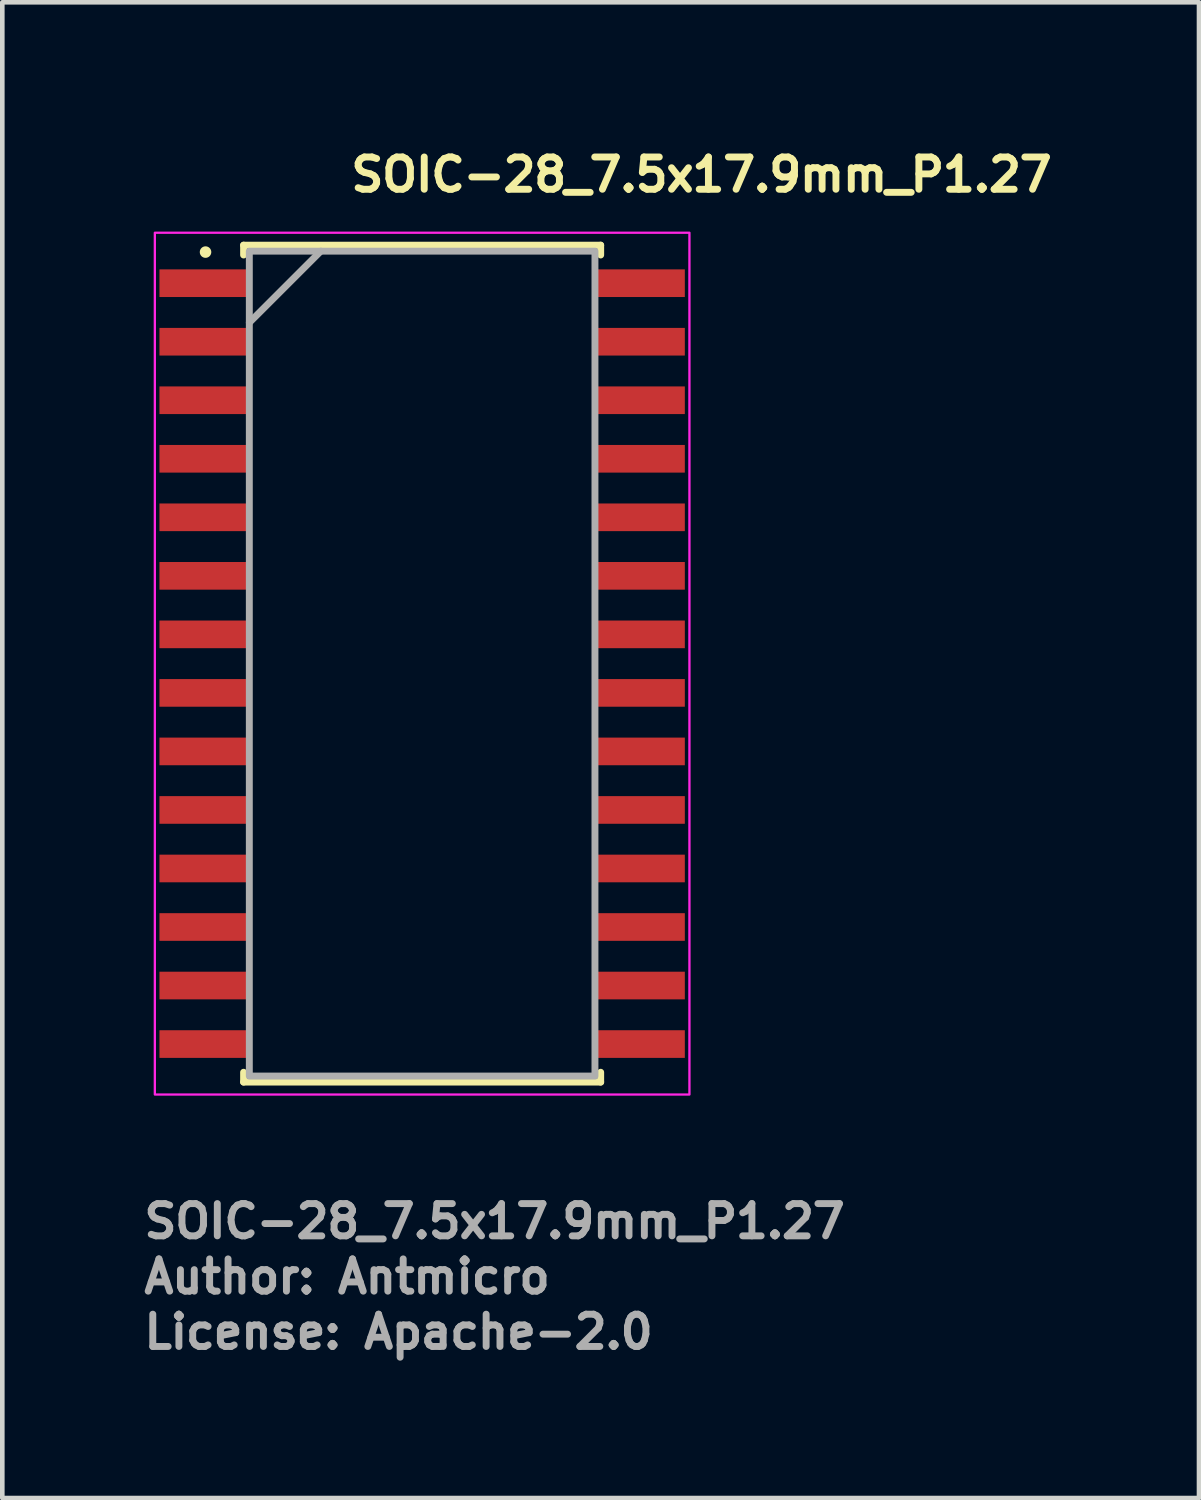
<source format=kicad_pcb>
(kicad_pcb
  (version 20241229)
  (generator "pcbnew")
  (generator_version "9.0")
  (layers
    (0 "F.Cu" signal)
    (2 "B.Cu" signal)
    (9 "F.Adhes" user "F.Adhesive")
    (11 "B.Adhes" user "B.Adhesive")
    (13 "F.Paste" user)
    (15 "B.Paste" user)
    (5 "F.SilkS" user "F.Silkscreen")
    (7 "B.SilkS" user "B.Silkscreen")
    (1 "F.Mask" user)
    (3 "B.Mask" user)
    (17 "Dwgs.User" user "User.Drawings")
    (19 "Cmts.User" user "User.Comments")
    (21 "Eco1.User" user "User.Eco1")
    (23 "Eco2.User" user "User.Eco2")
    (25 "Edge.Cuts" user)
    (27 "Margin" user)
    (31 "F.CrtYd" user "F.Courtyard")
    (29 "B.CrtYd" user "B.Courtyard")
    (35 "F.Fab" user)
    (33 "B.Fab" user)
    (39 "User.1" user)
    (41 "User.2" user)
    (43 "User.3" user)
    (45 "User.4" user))
  (footprint "SOIC-28_7.5x17.9mm_P1.27"
    (layer "F.Cu")
    (at 6.11 11.35)
    (property "Reference" "SOIC-28_7.5x17.9mm_P1.27" (at -1.62 -10.2 0) (layer "F.SilkS") (effects (font (size 0.7 0.7) (thickness 0.15)) (justify left bottom)))
    (attr smd)
    (fp_line (start -3.874 -9.08) (end -3.874 -8.867) (stroke (width 0.15) (type solid)) (layer "F.SilkS"))
    (fp_line (start -3.874 8.867) (end -3.874 9.08) (stroke (width 0.15) (type solid)) (layer "F.SilkS"))
    (fp_line (start -3.874 9.08) (end 3.874 9.08) (stroke (width 0.15) (type solid)) (layer "F.SilkS"))
    (fp_line (start 3.874 -9.08) (end -3.874 -9.08) (stroke (width 0.15) (type solid)) (layer "F.SilkS"))
    (fp_line (start 3.874 -8.867) (end 3.874 -9.08) (stroke (width 0.15) (type solid)) (layer "F.SilkS"))
    (fp_line (start 3.874 9.08) (end 3.874 8.867) (stroke (width 0.15) (type solid)) (layer "F.SilkS"))
    (fp_circle (center -4.7 -8.93) (end -4.65 -8.93) (stroke (width 0.15) (type solid)) (fill yes) (layer "F.SilkS"))
    (fp_rect (start -5.8 -9.35) (end 5.8 9.35) (stroke (width 0.05) (type solid)) (fill no) (layer "F.CrtYd"))
    (fp_line (start -3.75 -7.4) (end -2.2 -8.95) (stroke (width 0.15) (type solid)) (layer "F.Fab"))
    (fp_rect (start -3.75 -8.95) (end 3.75 8.95) (stroke (width 0.15) (type solid)) (fill no) (layer "F.Fab"))
    (fp_rect (start -5.156 -8.954) (end 5.156 8.954) (stroke (width 0.1) (type solid)) (fill no) (layer "User.5"))
    (fp_line (start -5.156 -8.509) (end -4.924 -8.509) (stroke (width 0.02) (type solid)) (layer "User.9"))
    (fp_line (start -5.156 -8.001) (end -5.156 -8.509) (stroke (width 0.02) (type solid)) (layer "User.9"))
    (fp_line (start -5.156 -7.239) (end -4.924 -7.239) (stroke (width 0.02) (type solid)) (layer "User.9"))
    (fp_line (start -5.156 -6.731) (end -5.156 -7.239) (stroke (width 0.02) (type solid)) (layer "User.9"))
    (fp_line (start -5.156 -5.969) (end -4.924 -5.969) (stroke (width 0.02) (type solid)) (layer "User.9"))
    (fp_line (start -5.156 -5.461) (end -5.156 -5.969) (stroke (width 0.02) (type solid)) (layer "User.9"))
    (fp_line (start -5.156 -4.699) (end -4.924 -4.699) (stroke (width 0.02) (type solid)) (layer "User.9"))
    (fp_line (start -5.156 -4.191) (end -5.156 -4.699) (stroke (width 0.02) (type solid)) (layer "User.9"))
    (fp_line (start -5.156 -3.429) (end -4.924 -3.429) (stroke (width 0.02) (type solid)) (layer "User.9"))
    (fp_line (start -5.156 -2.921) (end -5.156 -3.429) (stroke (width 0.02) (type solid)) (layer "User.9"))
    (fp_line (start -5.156 -2.159) (end -4.924 -2.159) (stroke (width 0.02) (type solid)) (layer "User.9"))
    (fp_line (start -5.156 -1.651) (end -5.156 -2.159) (stroke (width 0.02) (type solid)) (layer "User.9"))
    (fp_line (start -5.156 -0.889) (end -4.924 -0.889) (stroke (width 0.02) (type solid)) (layer "User.9"))
    (fp_line (start -5.156 -0.381) (end -5.156 -0.889) (stroke (width 0.02) (type solid)) (layer "User.9"))
    (fp_line (start -5.156 0.381) (end -4.924 0.381) (stroke (width 0.02) (type solid)) (layer "User.9"))
    (fp_line (start -5.156 0.889) (end -5.156 0.381) (stroke (width 0.02) (type solid)) (layer "User.9"))
    (fp_line (start -5.156 1.651) (end -4.924 1.651) (stroke (width 0.02) (type solid)) (layer "User.9"))
    (fp_line (start -5.156 2.159) (end -5.156 1.651) (stroke (width 0.02) (type solid)) (layer "User.9"))
    (fp_line (start -5.156 2.921) (end -4.924 2.921) (stroke (width 0.02) (type solid)) (layer "User.9"))
    (fp_line (start -5.156 3.429) (end -5.156 2.921) (stroke (width 0.02) (type solid)) (layer "User.9"))
    (fp_line (start -5.156 4.191) (end -4.924 4.191) (stroke (width 0.02) (type solid)) (layer "User.9"))
    (fp_line (start -5.156 4.699) (end -5.156 4.191) (stroke (width 0.02) (type solid)) (layer "User.9"))
    (fp_line (start -5.156 5.461) (end -4.924 5.461) (stroke (width 0.02) (type solid)) (layer "User.9"))
    (fp_line (start -5.156 5.969) (end -5.156 5.461) (stroke (width 0.02) (type solid)) (layer "User.9"))
    (fp_line (start -5.156 6.731) (end -4.924 6.731) (stroke (width 0.02) (type solid)) (layer "User.9"))
    (fp_line (start -5.156 7.239) (end -5.156 6.731) (stroke (width 0.02) (type solid)) (layer "User.9"))
    (fp_line (start -5.156 8.001) (end -4.924 8.001) (stroke (width 0.02) (type solid)) (layer "User.9"))
    (fp_line (start -5.156 8.509) (end -5.156 8.001) (stroke (width 0.02) (type solid)) (layer "User.9"))
    (fp_line (start -4.924 -8.509) (end -4.679 -8.509) (stroke (width 0.02) (type solid)) (layer "User.9"))
    (fp_line (start -4.924 -8.001) (end -5.156 -8.001) (stroke (width 0.02) (type solid)) (layer "User.9"))
    (fp_line (start -4.924 -7.239) (end -4.679 -7.239) (stroke (width 0.02) (type solid)) (layer "User.9"))
    (fp_line (start -4.924 -6.731) (end -5.156 -6.731) (stroke (width 0.02) (type solid)) (layer "User.9"))
    (fp_line (start -4.924 -5.969) (end -4.679 -5.969) (stroke (width 0.02) (type solid)) (layer "User.9"))
    (fp_line (start -4.924 -5.461) (end -5.156 -5.461) (stroke (width 0.02) (type solid)) (layer "User.9"))
    (fp_line (start -4.924 -4.699) (end -4.679 -4.699) (stroke (width 0.02) (type solid)) (layer "User.9"))
    (fp_line (start -4.924 -4.191) (end -5.156 -4.191) (stroke (width 0.02) (type solid)) (layer "User.9"))
    (fp_line (start -4.924 -3.429) (end -4.679 -3.429) (stroke (width 0.02) (type solid)) (layer "User.9"))
    (fp_line (start -4.924 -2.921) (end -5.156 -2.921) (stroke (width 0.02) (type solid)) (layer "User.9"))
    (fp_line (start -4.924 -2.159) (end -4.679 -2.159) (stroke (width 0.02) (type solid)) (layer "User.9"))
    (fp_line (start -4.924 -1.651) (end -5.156 -1.651) (stroke (width 0.02) (type solid)) (layer "User.9"))
    (fp_line (start -4.924 -0.889) (end -4.679 -0.889) (stroke (width 0.02) (type solid)) (layer "User.9"))
    (fp_line (start -4.924 -0.381) (end -5.156 -0.381) (stroke (width 0.02) (type solid)) (layer "User.9"))
    (fp_line (start -4.924 0.381) (end -4.679 0.381) (stroke (width 0.02) (type solid)) (layer "User.9"))
    (fp_line (start -4.924 0.889) (end -5.156 0.889) (stroke (width 0.02) (type solid)) (layer "User.9"))
    (fp_line (start -4.924 1.651) (end -4.679 1.651) (stroke (width 0.02) (type solid)) (layer "User.9"))
    (fp_line (start -4.924 2.159) (end -5.156 2.159) (stroke (width 0.02) (type solid)) (layer "User.9"))
    (fp_line (start -4.924 2.921) (end -4.679 2.921) (stroke (width 0.02) (type solid)) (layer "User.9"))
    (fp_line (start -4.924 3.429) (end -5.156 3.429) (stroke (width 0.02) (type solid)) (layer "User.9"))
    (fp_line (start -4.924 4.191) (end -4.679 4.191) (stroke (width 0.02) (type solid)) (layer "User.9"))
    (fp_line (start -4.924 4.699) (end -5.156 4.699) (stroke (width 0.02) (type solid)) (layer "User.9"))
    (fp_line (start -4.924 5.461) (end -4.679 5.461) (stroke (width 0.02) (type solid)) (layer "User.9"))
    (fp_line (start -4.924 5.969) (end -5.156 5.969) (stroke (width 0.02) (type solid)) (layer "User.9"))
    (fp_line (start -4.924 6.731) (end -4.679 6.731) (stroke (width 0.02) (type solid)) (layer "User.9"))
    (fp_line (start -4.924 7.239) (end -5.156 7.239) (stroke (width 0.02) (type solid)) (layer "User.9"))
    (fp_line (start -4.924 8.001) (end -4.679 8.001) (stroke (width 0.02) (type solid)) (layer "User.9"))
    (fp_line (start -4.924 8.509) (end -5.156 8.509) (stroke (width 0.02) (type solid)) (layer "User.9"))
    (fp_line (start -4.679 -8.509) (end -4.469 -8.509) (stroke (width 0.02) (type solid)) (layer "User.9"))
    (fp_line (start -4.679 -8.001) (end -4.924 -8.001) (stroke (width 0.02) (type solid)) (layer "User.9"))
    (fp_line (start -4.679 -7.239) (end -4.469 -7.239) (stroke (width 0.02) (type solid)) (layer "User.9"))
    (fp_line (start -4.679 -6.731) (end -4.924 -6.731) (stroke (width 0.02) (type solid)) (layer "User.9"))
    (fp_line (start -4.679 -5.969) (end -4.469 -5.969) (stroke (width 0.02) (type solid)) (layer "User.9"))
    (fp_line (start -4.679 -5.461) (end -4.924 -5.461) (stroke (width 0.02) (type solid)) (layer "User.9"))
    (fp_line (start -4.679 -4.699) (end -4.469 -4.699) (stroke (width 0.02) (type solid)) (layer "User.9"))
    (fp_line (start -4.679 -4.191) (end -4.924 -4.191) (stroke (width 0.02) (type solid)) (layer "User.9"))
    (fp_line (start -4.679 -3.429) (end -4.469 -3.429) (stroke (width 0.02) (type solid)) (layer "User.9"))
    (fp_line (start -4.679 -2.921) (end -4.924 -2.921) (stroke (width 0.02) (type solid)) (layer "User.9"))
    (fp_line (start -4.679 -2.159) (end -4.469 -2.159) (stroke (width 0.02) (type solid)) (layer "User.9"))
    (fp_line (start -4.679 -1.651) (end -4.924 -1.651) (stroke (width 0.02) (type solid)) (layer "User.9"))
    (fp_line (start -4.679 -0.889) (end -4.469 -0.889) (stroke (width 0.02) (type solid)) (layer "User.9"))
    (fp_line (start -4.679 -0.381) (end -4.924 -0.381) (stroke (width 0.02) (type solid)) (layer "User.9"))
    (fp_line (start -4.679 0.381) (end -4.469 0.381) (stroke (width 0.02) (type solid)) (layer "User.9"))
    (fp_line (start -4.679 0.889) (end -4.924 0.889) (stroke (width 0.02) (type solid)) (layer "User.9"))
    (fp_line (start -4.679 1.651) (end -4.469 1.651) (stroke (width 0.02) (type solid)) (layer "User.9"))
    (fp_line (start -4.679 2.159) (end -4.924 2.159) (stroke (width 0.02) (type solid)) (layer "User.9"))
    (fp_line (start -4.679 2.921) (end -4.469 2.921) (stroke (width 0.02) (type solid)) (layer "User.9"))
    (fp_line (start -4.679 3.429) (end -4.924 3.429) (stroke (width 0.02) (type solid)) (layer "User.9"))
    (fp_line (start -4.679 4.191) (end -4.469 4.191) (stroke (width 0.02) (type solid)) (layer "User.9"))
    (fp_line (start -4.679 4.699) (end -4.924 4.699) (stroke (width 0.02) (type solid)) (layer "User.9"))
    (fp_line (start -4.679 5.461) (end -4.469 5.461) (stroke (width 0.02) (type solid)) (layer "User.9"))
    (fp_line (start -4.679 5.969) (end -4.924 5.969) (stroke (width 0.02) (type solid)) (layer "User.9"))
    (fp_line (start -4.679 6.731) (end -4.469 6.731) (stroke (width 0.02) (type solid)) (layer "User.9"))
    (fp_line (start -4.679 7.239) (end -4.924 7.239) (stroke (width 0.02) (type solid)) (layer "User.9"))
    (fp_line (start -4.679 8.001) (end -4.469 8.001) (stroke (width 0.02) (type solid)) (layer "User.9"))
    (fp_line (start -4.679 8.509) (end -4.924 8.509) (stroke (width 0.02) (type solid)) (layer "User.9"))
    (fp_line (start -4.47 -8.509) (end -3.979 -8.509) (stroke (width 0.02) (type solid)) (layer "User.9"))
    (fp_line (start -4.47 -7.239) (end -3.979 -7.239) (stroke (width 0.02) (type solid)) (layer "User.9"))
    (fp_line (start -4.47 -5.969) (end -3.979 -5.969) (stroke (width 0.02) (type solid)) (layer "User.9"))
    (fp_line (start -4.47 -4.699) (end -3.979 -4.699) (stroke (width 0.02) (type solid)) (layer "User.9"))
    (fp_line (start -4.47 -3.429) (end -3.979 -3.429) (stroke (width 0.02) (type solid)) (layer "User.9"))
    (fp_line (start -4.47 -2.159) (end -3.979 -2.159) (stroke (width 0.02) (type solid)) (layer "User.9"))
    (fp_line (start -4.47 -0.889) (end -3.979 -0.889) (stroke (width 0.02) (type solid)) (layer "User.9"))
    (fp_line (start -4.47 0.381) (end -3.979 0.381) (stroke (width 0.02) (type solid)) (layer "User.9"))
    (fp_line (start -4.47 1.651) (end -3.979 1.651) (stroke (width 0.02) (type solid)) (layer "User.9"))
    (fp_line (start -4.47 2.921) (end -3.979 2.921) (stroke (width 0.02) (type solid)) (layer "User.9"))
    (fp_line (start -4.47 4.191) (end -3.979 4.191) (stroke (width 0.02) (type solid)) (layer "User.9"))
    (fp_line (start -4.47 5.461) (end -3.979 5.461) (stroke (width 0.02) (type solid)) (layer "User.9"))
    (fp_line (start -4.47 6.731) (end -3.979 6.731) (stroke (width 0.02) (type solid)) (layer "User.9"))
    (fp_line (start -4.47 8.001) (end -3.979 8.001) (stroke (width 0.02) (type solid)) (layer "User.9"))
    (fp_line (start -4.469 -8.001) (end -4.679 -8.001) (stroke (width 0.02) (type solid)) (layer "User.9"))
    (fp_line (start -4.469 -6.731) (end -4.679 -6.731) (stroke (width 0.02) (type solid)) (layer "User.9"))
    (fp_line (start -4.469 -5.461) (end -4.679 -5.461) (stroke (width 0.02) (type solid)) (layer "User.9"))
    (fp_line (start -4.469 -4.191) (end -4.679 -4.191) (stroke (width 0.02) (type solid)) (layer "User.9"))
    (fp_line (start -4.469 -2.921) (end -4.679 -2.921) (stroke (width 0.02) (type solid)) (layer "User.9"))
    (fp_line (start -4.469 -1.651) (end -4.679 -1.651) (stroke (width 0.02) (type solid)) (layer "User.9"))
    (fp_line (start -4.469 -0.381) (end -4.679 -0.381) (stroke (width 0.02) (type solid)) (layer "User.9"))
    (fp_line (start -4.469 0.889) (end -4.679 0.889) (stroke (width 0.02) (type solid)) (layer "User.9"))
    (fp_line (start -4.469 2.159) (end -4.679 2.159) (stroke (width 0.02) (type solid)) (layer "User.9"))
    (fp_line (start -4.469 3.429) (end -4.679 3.429) (stroke (width 0.02) (type solid)) (layer "User.9"))
    (fp_line (start -4.469 4.699) (end -4.679 4.699) (stroke (width 0.02) (type solid)) (layer "User.9"))
    (fp_line (start -4.469 5.969) (end -4.679 5.969) (stroke (width 0.02) (type solid)) (layer "User.9"))
    (fp_line (start -4.469 7.239) (end -4.679 7.239) (stroke (width 0.02) (type solid)) (layer "User.9"))
    (fp_line (start -4.469 8.509) (end -4.679 8.509) (stroke (width 0.02) (type solid)) (layer "User.9"))
    (fp_line (start -3.979 -8.509) (end -3.746 -8.509) (stroke (width 0.02) (type solid)) (layer "User.9"))
    (fp_line (start -3.979 -8.001) (end -4.47 -8.001) (stroke (width 0.02) (type solid)) (layer "User.9"))
    (fp_line (start -3.979 -7.239) (end -3.746 -7.239) (stroke (width 0.02) (type solid)) (layer "User.9"))
    (fp_line (start -3.979 -6.731) (end -4.47 -6.731) (stroke (width 0.02) (type solid)) (layer "User.9"))
    (fp_line (start -3.979 -5.969) (end -3.746 -5.969) (stroke (width 0.02) (type solid)) (layer "User.9"))
    (fp_line (start -3.979 -5.461) (end -4.47 -5.461) (stroke (width 0.02) (type solid)) (layer "User.9"))
    (fp_line (start -3.979 -4.699) (end -3.746 -4.699) (stroke (width 0.02) (type solid)) (layer "User.9"))
    (fp_line (start -3.979 -4.191) (end -4.47 -4.191) (stroke (width 0.02) (type solid)) (layer "User.9"))
    (fp_line (start -3.979 -3.429) (end -3.746 -3.429) (stroke (width 0.02) (type solid)) (layer "User.9"))
    (fp_line (start -3.979 -2.921) (end -4.47 -2.921) (stroke (width 0.02) (type solid)) (layer "User.9"))
    (fp_line (start -3.979 -2.159) (end -3.746 -2.159) (stroke (width 0.02) (type solid)) (layer "User.9"))
    (fp_line (start -3.979 -1.651) (end -4.47 -1.651) (stroke (width 0.02) (type solid)) (layer "User.9"))
    (fp_line (start -3.979 -0.889) (end -3.746 -0.889) (stroke (width 0.02) (type solid)) (layer "User.9"))
    (fp_line (start -3.979 -0.381) (end -4.47 -0.381) (stroke (width 0.02) (type solid)) (layer "User.9"))
    (fp_line (start -3.979 0.381) (end -3.746 0.381) (stroke (width 0.02) (type solid)) (layer "User.9"))
    (fp_line (start -3.979 0.889) (end -4.47 0.889) (stroke (width 0.02) (type solid)) (layer "User.9"))
    (fp_line (start -3.979 1.651) (end -3.746 1.651) (stroke (width 0.02) (type solid)) (layer "User.9"))
    (fp_line (start -3.979 2.159) (end -4.47 2.159) (stroke (width 0.02) (type solid)) (layer "User.9"))
    (fp_line (start -3.979 2.921) (end -3.746 2.921) (stroke (width 0.02) (type solid)) (layer "User.9"))
    (fp_line (start -3.979 3.429) (end -4.47 3.429) (stroke (width 0.02) (type solid)) (layer "User.9"))
    (fp_line (start -3.979 4.191) (end -3.746 4.191) (stroke (width 0.02) (type solid)) (layer "User.9"))
    (fp_line (start -3.979 4.699) (end -4.47 4.699) (stroke (width 0.02) (type solid)) (layer "User.9"))
    (fp_line (start -3.979 5.461) (end -3.746 5.461) (stroke (width 0.02) (type solid)) (layer "User.9"))
    (fp_line (start -3.979 5.969) (end -4.47 5.969) (stroke (width 0.02) (type solid)) (layer "User.9"))
    (fp_line (start -3.979 6.731) (end -3.746 6.731) (stroke (width 0.02) (type solid)) (layer "User.9"))
    (fp_line (start -3.979 7.239) (end -4.47 7.239) (stroke (width 0.02) (type solid)) (layer "User.9"))
    (fp_line (start -3.979 8.001) (end -3.746 8.001) (stroke (width 0.02) (type solid)) (layer "User.9"))
    (fp_line (start -3.979 8.509) (end -4.47 8.509) (stroke (width 0.02) (type solid)) (layer "User.9"))
    (fp_line (start -3.747 -8.001) (end -3.979 -8.001) (stroke (width 0.02) (type solid)) (layer "User.9"))
    (fp_line (start -3.747 -8.001) (end -3.747 -8.509) (stroke (width 0.02) (type solid)) (layer "User.9"))
    (fp_line (start -3.747 -6.731) (end -3.979 -6.731) (stroke (width 0.02) (type solid)) (layer "User.9"))
    (fp_line (start -3.747 -6.731) (end -3.747 -7.239) (stroke (width 0.02) (type solid)) (layer "User.9"))
    (fp_line (start -3.747 -5.461) (end -3.979 -5.461) (stroke (width 0.02) (type solid)) (layer "User.9"))
    (fp_line (start -3.747 -5.461) (end -3.747 -5.969) (stroke (width 0.02) (type solid)) (layer "User.9"))
    (fp_line (start -3.747 -4.191) (end -3.979 -4.191) (stroke (width 0.02) (type solid)) (layer "User.9"))
    (fp_line (start -3.747 -4.191) (end -3.747 -4.699) (stroke (width 0.02) (type solid)) (layer "User.9"))
    (fp_line (start -3.747 -2.921) (end -3.979 -2.921) (stroke (width 0.02) (type solid)) (layer "User.9"))
    (fp_line (start -3.747 -2.921) (end -3.747 -3.429) (stroke (width 0.02) (type solid)) (layer "User.9"))
    (fp_line (start -3.747 -1.651) (end -3.979 -1.651) (stroke (width 0.02) (type solid)) (layer "User.9"))
    (fp_line (start -3.747 -1.651) (end -3.747 -2.159) (stroke (width 0.02) (type solid)) (layer "User.9"))
    (fp_line (start -3.747 -0.381) (end -3.979 -0.381) (stroke (width 0.02) (type solid)) (layer "User.9"))
    (fp_line (start -3.747 -0.381) (end -3.747 -0.889) (stroke (width 0.02) (type solid)) (layer "User.9"))
    (fp_line (start -3.747 0.889) (end -3.979 0.889) (stroke (width 0.02) (type solid)) (layer "User.9"))
    (fp_line (start -3.747 0.889) (end -3.747 0.381) (stroke (width 0.02) (type solid)) (layer "User.9"))
    (fp_line (start -3.747 2.159) (end -3.979 2.159) (stroke (width 0.02) (type solid)) (layer "User.9"))
    (fp_line (start -3.747 2.159) (end -3.747 1.651) (stroke (width 0.02) (type solid)) (layer "User.9"))
    (fp_line (start -3.747 3.429) (end -3.979 3.429) (stroke (width 0.02) (type solid)) (layer "User.9"))
    (fp_line (start -3.747 3.429) (end -3.747 2.921) (stroke (width 0.02) (type solid)) (layer "User.9"))
    (fp_line (start -3.747 4.699) (end -3.979 4.699) (stroke (width 0.02) (type solid)) (layer "User.9"))
    (fp_line (start -3.747 4.699) (end -3.747 4.191) (stroke (width 0.02) (type solid)) (layer "User.9"))
    (fp_line (start -3.747 5.969) (end -3.979 5.969) (stroke (width 0.02) (type solid)) (layer "User.9"))
    (fp_line (start -3.747 5.969) (end -3.747 5.461) (stroke (width 0.02) (type solid)) (layer "User.9"))
    (fp_line (start -3.747 7.239) (end -3.979 7.239) (stroke (width 0.02) (type solid)) (layer "User.9"))
    (fp_line (start -3.747 7.239) (end -3.747 6.731) (stroke (width 0.02) (type solid)) (layer "User.9"))
    (fp_line (start -3.747 8.509) (end -3.979 8.509) (stroke (width 0.02) (type solid)) (layer "User.9"))
    (fp_line (start -3.747 8.509) (end -3.747 8.001) (stroke (width 0.02) (type solid)) (layer "User.9"))
    (fp_line (start -3.746 -8.954) (end 3.746 -8.954) (stroke (width 0.02) (type solid)) (layer "User.9"))
    (fp_line (start -3.746 8.954) (end -3.746 -8.954) (stroke (width 0.02) (type solid)) (layer "User.9"))
    (fp_line (start -3.746 8.954) (end -3.39 8.878) (stroke (width 0.02) (type solid)) (layer "User.9"))
    (fp_line (start -3.391 -8.877) (end -3.747 -8.953) (stroke (width 0.02) (type solid)) (layer "User.9"))
    (fp_line (start -3.391 -8.877) (end 3.391 -8.877) (stroke (width 0.02) (type solid)) (layer "User.9"))
    (fp_line (start -3.391 8.877) (end -3.391 -8.877) (stroke (width 0.02) (type solid)) (layer "User.9"))
    (fp_line (start -2.744 -7.628) (end -2.744 -7.618) (stroke (width 0.02) (type solid)) (layer "User.9"))
    (fp_line (start -2.744 -7.618) (end -2.744 -7.618) (stroke (width 0.02) (type solid)) (layer "User.9"))
    (fp_line (start -2.744 -7.618) (end -2.744 -7.608) (stroke (width 0.02) (type solid)) (layer "User.9"))
    (fp_line (start -2.744 -7.608) (end -2.743 -7.599) (stroke (width 0.02) (type solid)) (layer "User.9"))
    (fp_line (start -2.743 -7.637) (end -2.744 -7.628) (stroke (width 0.02) (type solid)) (layer "User.9"))
    (fp_line (start -2.743 -7.599) (end -2.742 -7.589) (stroke (width 0.02) (type solid)) (layer "User.9"))
    (fp_line (start -2.742 -7.647) (end -2.743 -7.637) (stroke (width 0.02) (type solid)) (layer "User.9"))
    (fp_line (start -2.742 -7.589) (end -2.741 -7.58) (stroke (width 0.02) (type solid)) (layer "User.9"))
    (fp_line (start -2.741 -7.656) (end -2.742 -7.647) (stroke (width 0.02) (type solid)) (layer "User.9"))
    (fp_line (start -2.741 -7.58) (end -2.738 -7.571) (stroke (width 0.02) (type solid)) (layer "User.9"))
    (fp_line (start -2.738 -7.665) (end -2.741 -7.656) (stroke (width 0.02) (type solid)) (layer "User.9"))
    (fp_line (start -2.738 -7.571) (end -2.736 -7.562) (stroke (width 0.02) (type solid)) (layer "User.9"))
    (fp_line (start -2.736 -7.674) (end -2.738 -7.665) (stroke (width 0.02) (type solid)) (layer "User.9"))
    (fp_line (start -2.736 -7.562) (end -2.733 -7.554) (stroke (width 0.02) (type solid)) (layer "User.9"))
    (fp_line (start -2.733 -7.682) (end -2.736 -7.674) (stroke (width 0.02) (type solid)) (layer "User.9"))
    (fp_line (start -2.733 -7.554) (end -2.73 -7.545) (stroke (width 0.02) (type solid)) (layer "User.9"))
    (fp_line (start -2.73 -7.691) (end -2.733 -7.682) (stroke (width 0.02) (type solid)) (layer "User.9"))
    (fp_line (start -2.73 -7.545) (end -2.726 -7.537) (stroke (width 0.02) (type solid)) (layer "User.9"))
    (fp_line (start -2.726 -7.699) (end -2.73 -7.691) (stroke (width 0.02) (type solid)) (layer "User.9"))
    (fp_line (start -2.726 -7.537) (end -2.722 -7.529) (stroke (width 0.02) (type solid)) (layer "User.9"))
    (fp_line (start -2.722 -7.707) (end -2.726 -7.699) (stroke (width 0.02) (type solid)) (layer "User.9"))
    (fp_line (start -2.722 -7.529) (end -2.717 -7.521) (stroke (width 0.02) (type solid)) (layer "User.9"))
    (fp_line (start -2.717 -7.715) (end -2.722 -7.707) (stroke (width 0.02) (type solid)) (layer "User.9"))
    (fp_line (start -2.717 -7.521) (end -2.712 -7.513) (stroke (width 0.02) (type solid)) (layer "User.9"))
    (fp_line (start -2.712 -7.723) (end -2.717 -7.715) (stroke (width 0.02) (type solid)) (layer "User.9"))
    (fp_line (start -2.712 -7.513) (end -2.707 -7.506) (stroke (width 0.02) (type solid)) (layer "User.9"))
    (fp_line (start -2.707 -7.73) (end -2.712 -7.723) (stroke (width 0.02) (type solid)) (layer "User.9"))
    (fp_line (start -2.707 -7.506) (end -2.702 -7.499) (stroke (width 0.02) (type solid)) (layer "User.9"))
    (fp_line (start -2.702 -7.737) (end -2.707 -7.73) (stroke (width 0.02) (type solid)) (layer "User.9"))
    (fp_line (start -2.702 -7.499) (end -2.696 -7.492) (stroke (width 0.02) (type solid)) (layer "User.9"))
    (fp_line (start -2.696 -7.744) (end -2.702 -7.737) (stroke (width 0.02) (type solid)) (layer "User.9"))
    (fp_line (start -2.696 -7.492) (end -2.689 -7.486) (stroke (width 0.02) (type solid)) (layer "User.9"))
    (fp_line (start -2.689 -7.75) (end -2.696 -7.744) (stroke (width 0.02) (type solid)) (layer "User.9"))
    (fp_line (start -2.689 -7.486) (end -2.683 -7.479) (stroke (width 0.02) (type solid)) (layer "User.9"))
    (fp_line (start -2.683 -7.757) (end -2.689 -7.75) (stroke (width 0.02) (type solid)) (layer "User.9"))
    (fp_line (start -2.683 -7.479) (end -2.676 -7.473) (stroke (width 0.02) (type solid)) (layer "User.9"))
    (fp_line (start -2.676 -7.763) (end -2.683 -7.757) (stroke (width 0.02) (type solid)) (layer "User.9"))
    (fp_line (start -2.676 -7.473) (end -2.669 -7.468) (stroke (width 0.02) (type solid)) (layer "User.9"))
    (fp_line (start -2.669 -7.768) (end -2.676 -7.763) (stroke (width 0.02) (type solid)) (layer "User.9"))
    (fp_line (start -2.669 -7.468) (end -2.662 -7.463) (stroke (width 0.02) (type solid)) (layer "User.9"))
    (fp_line (start -2.662 -7.773) (end -2.669 -7.768) (stroke (width 0.02) (type solid)) (layer "User.9"))
    (fp_line (start -2.662 -7.463) (end -2.654 -7.458) (stroke (width 0.02) (type solid)) (layer "User.9"))
    (fp_line (start -2.654 -7.778) (end -2.662 -7.773) (stroke (width 0.02) (type solid)) (layer "User.9"))
    (fp_line (start -2.654 -7.458) (end -2.646 -7.453) (stroke (width 0.02) (type solid)) (layer "User.9"))
    (fp_line (start -2.646 -7.783) (end -2.654 -7.778) (stroke (width 0.02) (type solid)) (layer "User.9"))
    (fp_line (start -2.646 -7.453) (end -2.638 -7.449) (stroke (width 0.02) (type solid)) (layer "User.9"))
    (fp_line (start -2.638 -7.787) (end -2.646 -7.783) (stroke (width 0.02) (type solid)) (layer "User.9"))
    (fp_line (start -2.638 -7.449) (end -2.63 -7.445) (stroke (width 0.02) (type solid)) (layer "User.9"))
    (fp_line (start -2.63 -7.791) (end -2.638 -7.787) (stroke (width 0.02) (type solid)) (layer "User.9"))
    (fp_line (start -2.63 -7.445) (end -2.621 -7.442) (stroke (width 0.02) (type solid)) (layer "User.9"))
    (fp_line (start -2.621 -7.794) (end -2.63 -7.791) (stroke (width 0.02) (type solid)) (layer "User.9"))
    (fp_line (start -2.621 -7.442) (end -2.613 -7.439) (stroke (width 0.02) (type solid)) (layer "User.9"))
    (fp_line (start -2.613 -7.797) (end -2.621 -7.794) (stroke (width 0.02) (type solid)) (layer "User.9"))
    (fp_line (start -2.613 -7.439) (end -2.604 -7.437) (stroke (width 0.02) (type solid)) (layer "User.9"))
    (fp_line (start -2.604 -7.799) (end -2.613 -7.797) (stroke (width 0.02) (type solid)) (layer "User.9"))
    (fp_line (start -2.604 -7.437) (end -2.595 -7.434) (stroke (width 0.02) (type solid)) (layer "User.9"))
    (fp_line (start -2.595 -7.802) (end -2.604 -7.799) (stroke (width 0.02) (type solid)) (layer "User.9"))
    (fp_line (start -2.595 -7.434) (end -2.586 -7.433) (stroke (width 0.02) (type solid)) (layer "User.9"))
    (fp_line (start -2.586 -7.803) (end -2.595 -7.802) (stroke (width 0.02) (type solid)) (layer "User.9"))
    (fp_line (start -2.586 -7.433) (end -2.576 -7.432) (stroke (width 0.02) (type solid)) (layer "User.9"))
    (fp_line (start -2.576 -7.804) (end -2.586 -7.803) (stroke (width 0.02) (type solid)) (layer "User.9"))
    (fp_line (start -2.576 -7.432) (end -2.567 -7.431) (stroke (width 0.02) (type solid)) (layer "User.9"))
    (fp_line (start -2.567 -7.805) (end -2.576 -7.804) (stroke (width 0.02) (type solid)) (layer "User.9"))
    (fp_line (start -2.567 -7.431) (end -2.557 -7.431) (stroke (width 0.02) (type solid)) (layer "User.9"))
    (fp_line (start -2.557 -7.805) (end -2.567 -7.805) (stroke (width 0.02) (type solid)) (layer "User.9"))
    (fp_line (start -2.557 -7.805) (end -2.557 -7.805) (stroke (width 0.02) (type solid)) (layer "User.9"))
    (fp_line (start -2.557 -7.431) (end -2.557 -7.431) (stroke (width 0.02) (type solid)) (layer "User.9"))
    (fp_line (start -2.557 -7.431) (end -2.547 -7.431) (stroke (width 0.02) (type solid)) (layer "User.9"))
    (fp_line (start -2.547 -7.805) (end -2.557 -7.805) (stroke (width 0.02) (type solid)) (layer "User.9"))
    (fp_line (start -2.547 -7.431) (end -2.538 -7.432) (stroke (width 0.02) (type solid)) (layer "User.9"))
    (fp_line (start -2.538 -7.804) (end -2.547 -7.805) (stroke (width 0.02) (type solid)) (layer "User.9"))
    (fp_line (start -2.538 -7.432) (end -2.528 -7.433) (stroke (width 0.02) (type solid)) (layer "User.9"))
    (fp_line (start -2.528 -7.803) (end -2.538 -7.804) (stroke (width 0.02) (type solid)) (layer "User.9"))
    (fp_line (start -2.528 -7.433) (end -2.519 -7.434) (stroke (width 0.02) (type solid)) (layer "User.9"))
    (fp_line (start -2.519 -7.802) (end -2.528 -7.803) (stroke (width 0.02) (type solid)) (layer "User.9"))
    (fp_line (start -2.519 -7.434) (end -2.51 -7.437) (stroke (width 0.02) (type solid)) (layer "User.9"))
    (fp_line (start -2.51 -7.799) (end -2.519 -7.802) (stroke (width 0.02) (type solid)) (layer "User.9"))
    (fp_line (start -2.51 -7.437) (end -2.501 -7.439) (stroke (width 0.02) (type solid)) (layer "User.9"))
    (fp_line (start -2.501 -7.797) (end -2.51 -7.799) (stroke (width 0.02) (type solid)) (layer "User.9"))
    (fp_line (start -2.501 -7.439) (end -2.493 -7.442) (stroke (width 0.02) (type solid)) (layer "User.9"))
    (fp_line (start -2.493 -7.794) (end -2.501 -7.797) (stroke (width 0.02) (type solid)) (layer "User.9"))
    (fp_line (start -2.493 -7.442) (end -2.484 -7.445) (stroke (width 0.02) (type solid)) (layer "User.9"))
    (fp_line (start -2.484 -7.791) (end -2.493 -7.794) (stroke (width 0.02) (type solid)) (layer "User.9"))
    (fp_line (start -2.484 -7.445) (end -2.476 -7.449) (stroke (width 0.02) (type solid)) (layer "User.9"))
    (fp_line (start -2.476 -7.787) (end -2.484 -7.791) (stroke (width 0.02) (type solid)) (layer "User.9"))
    (fp_line (start -2.476 -7.449) (end -2.468 -7.453) (stroke (width 0.02) (type solid)) (layer "User.9"))
    (fp_line (start -2.468 -7.783) (end -2.476 -7.787) (stroke (width 0.02) (type solid)) (layer "User.9"))
    (fp_line (start -2.468 -7.453) (end -2.46 -7.458) (stroke (width 0.02) (type solid)) (layer "User.9"))
    (fp_line (start -2.46 -7.778) (end -2.468 -7.783) (stroke (width 0.02) (type solid)) (layer "User.9"))
    (fp_line (start -2.46 -7.458) (end -2.452 -7.463) (stroke (width 0.02) (type solid)) (layer "User.9"))
    (fp_line (start -2.452 -7.773) (end -2.46 -7.778) (stroke (width 0.02) (type solid)) (layer "User.9"))
    (fp_line (start -2.452 -7.463) (end -2.445 -7.468) (stroke (width 0.02) (type solid)) (layer "User.9"))
    (fp_line (start -2.445 -7.768) (end -2.452 -7.773) (stroke (width 0.02) (type solid)) (layer "User.9"))
    (fp_line (start -2.445 -7.468) (end -2.438 -7.473) (stroke (width 0.02) (type solid)) (layer "User.9"))
    (fp_line (start -2.438 -7.763) (end -2.445 -7.768) (stroke (width 0.02) (type solid)) (layer "User.9"))
    (fp_line (start -2.438 -7.473) (end -2.431 -7.479) (stroke (width 0.02) (type solid)) (layer "User.9"))
    (fp_line (start -2.431 -7.757) (end -2.438 -7.763) (stroke (width 0.02) (type solid)) (layer "User.9"))
    (fp_line (start -2.431 -7.479) (end -2.425 -7.486) (stroke (width 0.02) (type solid)) (layer "User.9"))
    (fp_line (start -2.425 -7.75) (end -2.431 -7.757) (stroke (width 0.02) (type solid)) (layer "User.9"))
    (fp_line (start -2.425 -7.486) (end -2.418 -7.492) (stroke (width 0.02) (type solid)) (layer "User.9"))
    (fp_line (start -2.418 -7.744) (end -2.425 -7.75) (stroke (width 0.02) (type solid)) (layer "User.9"))
    (fp_line (start -2.418 -7.492) (end -2.412 -7.499) (stroke (width 0.02) (type solid)) (layer "User.9"))
    (fp_line (start -2.412 -7.737) (end -2.418 -7.744) (stroke (width 0.02) (type solid)) (layer "User.9"))
    (fp_line (start -2.412 -7.499) (end -2.407 -7.506) (stroke (width 0.02) (type solid)) (layer "User.9"))
    (fp_line (start -2.407 -7.73) (end -2.412 -7.737) (stroke (width 0.02) (type solid)) (layer "User.9"))
    (fp_line (start -2.407 -7.506) (end -2.402 -7.513) (stroke (width 0.02) (type solid)) (layer "User.9"))
    (fp_line (start -2.402 -7.723) (end -2.407 -7.73) (stroke (width 0.02) (type solid)) (layer "User.9"))
    (fp_line (start -2.402 -7.513) (end -2.397 -7.521) (stroke (width 0.02) (type solid)) (layer "User.9"))
    (fp_line (start -2.397 -7.715) (end -2.402 -7.723) (stroke (width 0.02) (type solid)) (layer "User.9"))
    (fp_line (start -2.397 -7.521) (end -2.392 -7.529) (stroke (width 0.02) (type solid)) (layer "User.9"))
    (fp_line (start -2.392 -7.707) (end -2.397 -7.715) (stroke (width 0.02) (type solid)) (layer "User.9"))
    (fp_line (start -2.392 -7.529) (end -2.388 -7.537) (stroke (width 0.02) (type solid)) (layer "User.9"))
    (fp_line (start -2.388 -7.699) (end -2.392 -7.707) (stroke (width 0.02) (type solid)) (layer "User.9"))
    (fp_line (start -2.388 -7.537) (end -2.384 -7.545) (stroke (width 0.02) (type solid)) (layer "User.9"))
    (fp_line (start -2.384 -7.691) (end -2.388 -7.699) (stroke (width 0.02) (type solid)) (layer "User.9"))
    (fp_line (start -2.384 -7.545) (end -2.381 -7.554) (stroke (width 0.02) (type solid)) (layer "User.9"))
    (fp_line (start -2.381 -7.682) (end -2.384 -7.691) (stroke (width 0.02) (type solid)) (layer "User.9"))
    (fp_line (start -2.381 -7.554) (end -2.378 -7.562) (stroke (width 0.02) (type solid)) (layer "User.9"))
    (fp_line (start -2.378 -7.674) (end -2.381 -7.682) (stroke (width 0.02) (type solid)) (layer "User.9"))
    (fp_line (start -2.378 -7.562) (end -2.376 -7.571) (stroke (width 0.02) (type solid)) (layer "User.9"))
    (fp_line (start -2.376 -7.665) (end -2.378 -7.674) (stroke (width 0.02) (type solid)) (layer "User.9"))
    (fp_line (start -2.376 -7.571) (end -2.373 -7.58) (stroke (width 0.02) (type solid)) (layer "User.9"))
    (fp_line (start -2.373 -7.656) (end -2.376 -7.665) (stroke (width 0.02) (type solid)) (layer "User.9"))
    (fp_line (start -2.373 -7.58) (end -2.372 -7.589) (stroke (width 0.02) (type solid)) (layer "User.9"))
    (fp_line (start -2.372 -7.647) (end -2.373 -7.656) (stroke (width 0.02) (type solid)) (layer "User.9"))
    (fp_line (start -2.372 -7.589) (end -2.371 -7.599) (stroke (width 0.02) (type solid)) (layer "User.9"))
    (fp_line (start -2.371 -7.637) (end -2.372 -7.647) (stroke (width 0.02) (type solid)) (layer "User.9"))
    (fp_line (start -2.371 -7.599) (end -2.37 -7.608) (stroke (width 0.02) (type solid)) (layer "User.9"))
    (fp_line (start -2.37 -7.628) (end -2.371 -7.637) (stroke (width 0.02) (type solid)) (layer "User.9"))
    (fp_line (start -2.37 -7.618) (end -2.37 -7.628) (stroke (width 0.02) (type solid)) (layer "User.9"))
    (fp_line (start -2.37 -7.618) (end -2.37 -7.618) (stroke (width 0.02) (type solid)) (layer "User.9"))
    (fp_line (start -2.37 -7.618) (end -2.37 -7.618) (stroke (width 0.02) (type solid)) (layer "User.9"))
    (fp_line (start -2.37 -7.608) (end -2.37 -7.618) (stroke (width 0.02) (type solid)) (layer "User.9"))
    (fp_line (start 3.391 -8.877) (end 3.391 8.877) (stroke (width 0.02) (type solid)) (layer "User.9"))
    (fp_line (start 3.391 -8.877) (end 3.747 -8.953) (stroke (width 0.02) (type solid)) (layer "User.9"))
    (fp_line (start 3.391 8.877) (end -3.391 8.877) (stroke (width 0.02) (type solid)) (layer "User.9"))
    (fp_line (start 3.391 8.877) (end 3.747 8.953) (stroke (width 0.02) (type solid)) (layer "User.9"))
    (fp_line (start 3.746 -8.954) (end 3.746 8.954) (stroke (width 0.02) (type solid)) (layer "User.9"))
    (fp_line (start 3.746 8.954) (end -3.746 8.954) (stroke (width 0.02) (type solid)) (layer "User.9"))
    (fp_line (start 3.747 -8.509) (end 3.747 -8.001) (stroke (width 0.02) (type solid)) (layer "User.9"))
    (fp_line (start 3.747 -8.509) (end 3.979 -8.509) (stroke (width 0.02) (type solid)) (layer "User.9"))
    (fp_line (start 3.747 -7.239) (end 3.747 -6.731) (stroke (width 0.02) (type solid)) (layer "User.9"))
    (fp_line (start 3.747 -7.239) (end 3.979 -7.239) (stroke (width 0.02) (type solid)) (layer "User.9"))
    (fp_line (start 3.747 -5.969) (end 3.747 -5.461) (stroke (width 0.02) (type solid)) (layer "User.9"))
    (fp_line (start 3.747 -5.969) (end 3.979 -5.969) (stroke (width 0.02) (type solid)) (layer "User.9"))
    (fp_line (start 3.747 -4.699) (end 3.747 -4.191) (stroke (width 0.02) (type solid)) (layer "User.9"))
    (fp_line (start 3.747 -4.699) (end 3.979 -4.699) (stroke (width 0.02) (type solid)) (layer "User.9"))
    (fp_line (start 3.747 -3.429) (end 3.747 -2.921) (stroke (width 0.02) (type solid)) (layer "User.9"))
    (fp_line (start 3.747 -3.429) (end 3.979 -3.429) (stroke (width 0.02) (type solid)) (layer "User.9"))
    (fp_line (start 3.747 -2.159) (end 3.747 -1.651) (stroke (width 0.02) (type solid)) (layer "User.9"))
    (fp_line (start 3.747 -2.159) (end 3.979 -2.159) (stroke (width 0.02) (type solid)) (layer "User.9"))
    (fp_line (start 3.747 -0.889) (end 3.747 -0.381) (stroke (width 0.02) (type solid)) (layer "User.9"))
    (fp_line (start 3.747 -0.889) (end 3.979 -0.889) (stroke (width 0.02) (type solid)) (layer "User.9"))
    (fp_line (start 3.747 0.381) (end 3.747 0.889) (stroke (width 0.02) (type solid)) (layer "User.9"))
    (fp_line (start 3.747 0.381) (end 3.979 0.381) (stroke (width 0.02) (type solid)) (layer "User.9"))
    (fp_line (start 3.747 1.651) (end 3.747 2.159) (stroke (width 0.02) (type solid)) (layer "User.9"))
    (fp_line (start 3.747 1.651) (end 3.979 1.651) (stroke (width 0.02) (type solid)) (layer "User.9"))
    (fp_line (start 3.747 2.921) (end 3.747 3.429) (stroke (width 0.02) (type solid)) (layer "User.9"))
    (fp_line (start 3.747 2.921) (end 3.979 2.921) (stroke (width 0.02) (type solid)) (layer "User.9"))
    (fp_line (start 3.747 4.191) (end 3.747 4.699) (stroke (width 0.02) (type solid)) (layer "User.9"))
    (fp_line (start 3.747 4.191) (end 3.979 4.191) (stroke (width 0.02) (type solid)) (layer "User.9"))
    (fp_line (start 3.747 5.461) (end 3.747 5.969) (stroke (width 0.02) (type solid)) (layer "User.9"))
    (fp_line (start 3.747 5.461) (end 3.979 5.461) (stroke (width 0.02) (type solid)) (layer "User.9"))
    (fp_line (start 3.747 6.731) (end 3.747 7.239) (stroke (width 0.02) (type solid)) (layer "User.9"))
    (fp_line (start 3.747 6.731) (end 3.979 6.731) (stroke (width 0.02) (type solid)) (layer "User.9"))
    (fp_line (start 3.747 8.001) (end 3.747 8.509) (stroke (width 0.02) (type solid)) (layer "User.9"))
    (fp_line (start 3.747 8.001) (end 3.979 8.001) (stroke (width 0.02) (type solid)) (layer "User.9"))
    (fp_line (start 3.979 -8.509) (end 4.47 -8.509) (stroke (width 0.02) (type solid)) (layer "User.9"))
    (fp_line (start 3.979 -8.001) (end 3.746 -8.001) (stroke (width 0.02) (type solid)) (layer "User.9"))
    (fp_line (start 3.979 -7.239) (end 4.47 -7.239) (stroke (width 0.02) (type solid)) (layer "User.9"))
    (fp_line (start 3.979 -6.731) (end 3.746 -6.731) (stroke (width 0.02) (type solid)) (layer "User.9"))
    (fp_line (start 3.979 -5.969) (end 4.47 -5.969) (stroke (width 0.02) (type solid)) (layer "User.9"))
    (fp_line (start 3.979 -5.461) (end 3.746 -5.461) (stroke (width 0.02) (type solid)) (layer "User.9"))
    (fp_line (start 3.979 -4.699) (end 4.47 -4.699) (stroke (width 0.02) (type solid)) (layer "User.9"))
    (fp_line (start 3.979 -4.191) (end 3.746 -4.191) (stroke (width 0.02) (type solid)) (layer "User.9"))
    (fp_line (start 3.979 -3.429) (end 4.47 -3.429) (stroke (width 0.02) (type solid)) (layer "User.9"))
    (fp_line (start 3.979 -2.921) (end 3.746 -2.921) (stroke (width 0.02) (type solid)) (layer "User.9"))
    (fp_line (start 3.979 -2.159) (end 4.47 -2.159) (stroke (width 0.02) (type solid)) (layer "User.9"))
    (fp_line (start 3.979 -1.651) (end 3.746 -1.651) (stroke (width 0.02) (type solid)) (layer "User.9"))
    (fp_line (start 3.979 -0.889) (end 4.47 -0.889) (stroke (width 0.02) (type solid)) (layer "User.9"))
    (fp_line (start 3.979 -0.381) (end 3.746 -0.381) (stroke (width 0.02) (type solid)) (layer "User.9"))
    (fp_line (start 3.979 0.381) (end 4.47 0.381) (stroke (width 0.02) (type solid)) (layer "User.9"))
    (fp_line (start 3.979 0.889) (end 3.746 0.889) (stroke (width 0.02) (type solid)) (layer "User.9"))
    (fp_line (start 3.979 1.651) (end 4.47 1.651) (stroke (width 0.02) (type solid)) (layer "User.9"))
    (fp_line (start 3.979 2.159) (end 3.746 2.159) (stroke (width 0.02) (type solid)) (layer "User.9"))
    (fp_line (start 3.979 2.921) (end 4.47 2.921) (stroke (width 0.02) (type solid)) (layer "User.9"))
    (fp_line (start 3.979 3.429) (end 3.746 3.429) (stroke (width 0.02) (type solid)) (layer "User.9"))
    (fp_line (start 3.979 4.191) (end 4.47 4.191) (stroke (width 0.02) (type solid)) (layer "User.9"))
    (fp_line (start 3.979 4.699) (end 3.746 4.699) (stroke (width 0.02) (type solid)) (layer "User.9"))
    (fp_line (start 3.979 5.461) (end 4.47 5.461) (stroke (width 0.02) (type solid)) (layer "User.9"))
    (fp_line (start 3.979 5.969) (end 3.746 5.969) (stroke (width 0.02) (type solid)) (layer "User.9"))
    (fp_line (start 3.979 6.731) (end 4.47 6.731) (stroke (width 0.02) (type solid)) (layer "User.9"))
    (fp_line (start 3.979 7.239) (end 3.746 7.239) (stroke (width 0.02) (type solid)) (layer "User.9"))
    (fp_line (start 3.979 8.001) (end 4.47 8.001) (stroke (width 0.02) (type solid)) (layer "User.9"))
    (fp_line (start 3.979 8.509) (end 3.746 8.509) (stroke (width 0.02) (type solid)) (layer "User.9"))
    (fp_line (start 4.469 -8.509) (end 4.679 -8.509) (stroke (width 0.02) (type solid)) (layer "User.9"))
    (fp_line (start 4.469 -7.239) (end 4.679 -7.239) (stroke (width 0.02) (type solid)) (layer "User.9"))
    (fp_line (start 4.469 -5.969) (end 4.679 -5.969) (stroke (width 0.02) (type solid)) (layer "User.9"))
    (fp_line (start 4.469 -4.699) (end 4.679 -4.699) (stroke (width 0.02) (type solid)) (layer "User.9"))
    (fp_line (start 4.469 -3.429) (end 4.679 -3.429) (stroke (width 0.02) (type solid)) (layer "User.9"))
    (fp_line (start 4.469 -2.159) (end 4.679 -2.159) (stroke (width 0.02) (type solid)) (layer "User.9"))
    (fp_line (start 4.469 -0.889) (end 4.679 -0.889) (stroke (width 0.02) (type solid)) (layer "User.9"))
    (fp_line (start 4.469 0.381) (end 4.679 0.381) (stroke (width 0.02) (type solid)) (layer "User.9"))
    (fp_line (start 4.469 1.651) (end 4.679 1.651) (stroke (width 0.02) (type solid)) (layer "User.9"))
    (fp_line (start 4.469 2.921) (end 4.679 2.921) (stroke (width 0.02) (type solid)) (layer "User.9"))
    (fp_line (start 4.469 4.191) (end 4.679 4.191) (stroke (width 0.02) (type solid)) (layer "User.9"))
    (fp_line (start 4.469 5.461) (end 4.679 5.461) (stroke (width 0.02) (type solid)) (layer "User.9"))
    (fp_line (start 4.469 6.731) (end 4.679 6.731) (stroke (width 0.02) (type solid)) (layer "User.9"))
    (fp_line (start 4.469 8.001) (end 4.679 8.001) (stroke (width 0.02) (type solid)) (layer "User.9"))
    (fp_line (start 4.47 -8.001) (end 3.979 -8.001) (stroke (width 0.02) (type solid)) (layer "User.9"))
    (fp_line (start 4.47 -6.731) (end 3.979 -6.731) (stroke (width 0.02) (type solid)) (layer "User.9"))
    (fp_line (start 4.47 -5.461) (end 3.979 -5.461) (stroke (width 0.02) (type solid)) (layer "User.9"))
    (fp_line (start 4.47 -4.191) (end 3.979 -4.191) (stroke (width 0.02) (type solid)) (layer "User.9"))
    (fp_line (start 4.47 -2.921) (end 3.979 -2.921) (stroke (width 0.02) (type solid)) (layer "User.9"))
    (fp_line (start 4.47 -1.651) (end 3.979 -1.651) (stroke (width 0.02) (type solid)) (layer "User.9"))
    (fp_line (start 4.47 -0.381) (end 3.979 -0.381) (stroke (width 0.02) (type solid)) (layer "User.9"))
    (fp_line (start 4.47 0.889) (end 3.979 0.889) (stroke (width 0.02) (type solid)) (layer "User.9"))
    (fp_line (start 4.47 2.159) (end 3.979 2.159) (stroke (width 0.02) (type solid)) (layer "User.9"))
    (fp_line (start 4.47 3.429) (end 3.979 3.429) (stroke (width 0.02) (type solid)) (layer "User.9"))
    (fp_line (start 4.47 4.699) (end 3.979 4.699) (stroke (width 0.02) (type solid)) (layer "User.9"))
    (fp_line (start 4.47 5.969) (end 3.979 5.969) (stroke (width 0.02) (type solid)) (layer "User.9"))
    (fp_line (start 4.47 7.239) (end 3.979 7.239) (stroke (width 0.02) (type solid)) (layer "User.9"))
    (fp_line (start 4.47 8.509) (end 3.979 8.509) (stroke (width 0.02) (type solid)) (layer "User.9"))
    (fp_line (start 4.679 -8.509) (end 4.924 -8.509) (stroke (width 0.02) (type solid)) (layer "User.9"))
    (fp_line (start 4.679 -8.001) (end 4.469 -8.001) (stroke (width 0.02) (type solid)) (layer "User.9"))
    (fp_line (start 4.679 -7.239) (end 4.924 -7.239) (stroke (width 0.02) (type solid)) (layer "User.9"))
    (fp_line (start 4.679 -6.731) (end 4.469 -6.731) (stroke (width 0.02) (type solid)) (layer "User.9"))
    (fp_line (start 4.679 -5.969) (end 4.924 -5.969) (stroke (width 0.02) (type solid)) (layer "User.9"))
    (fp_line (start 4.679 -5.461) (end 4.469 -5.461) (stroke (width 0.02) (type solid)) (layer "User.9"))
    (fp_line (start 4.679 -4.699) (end 4.924 -4.699) (stroke (width 0.02) (type solid)) (layer "User.9"))
    (fp_line (start 4.679 -4.191) (end 4.469 -4.191) (stroke (width 0.02) (type solid)) (layer "User.9"))
    (fp_line (start 4.679 -3.429) (end 4.924 -3.429) (stroke (width 0.02) (type solid)) (layer "User.9"))
    (fp_line (start 4.679 -2.921) (end 4.469 -2.921) (stroke (width 0.02) (type solid)) (layer "User.9"))
    (fp_line (start 4.679 -2.159) (end 4.924 -2.159) (stroke (width 0.02) (type solid)) (layer "User.9"))
    (fp_line (start 4.679 -1.651) (end 4.469 -1.651) (stroke (width 0.02) (type solid)) (layer "User.9"))
    (fp_line (start 4.679 -0.889) (end 4.924 -0.889) (stroke (width 0.02) (type solid)) (layer "User.9"))
    (fp_line (start 4.679 -0.381) (end 4.469 -0.381) (stroke (width 0.02) (type solid)) (layer "User.9"))
    (fp_line (start 4.679 0.381) (end 4.924 0.381) (stroke (width 0.02) (type solid)) (layer "User.9"))
    (fp_line (start 4.679 0.889) (end 4.469 0.889) (stroke (width 0.02) (type solid)) (layer "User.9"))
    (fp_line (start 4.679 1.651) (end 4.924 1.651) (stroke (width 0.02) (type solid)) (layer "User.9"))
    (fp_line (start 4.679 2.159) (end 4.469 2.159) (stroke (width 0.02) (type solid)) (layer "User.9"))
    (fp_line (start 4.679 2.921) (end 4.924 2.921) (stroke (width 0.02) (type solid)) (layer "User.9"))
    (fp_line (start 4.679 3.429) (end 4.469 3.429) (stroke (width 0.02) (type solid)) (layer "User.9"))
    (fp_line (start 4.679 4.191) (end 4.924 4.191) (stroke (width 0.02) (type solid)) (layer "User.9"))
    (fp_line (start 4.679 4.699) (end 4.469 4.699) (stroke (width 0.02) (type solid)) (layer "User.9"))
    (fp_line (start 4.679 5.461) (end 4.924 5.461) (stroke (width 0.02) (type solid)) (layer "User.9"))
    (fp_line (start 4.679 5.969) (end 4.469 5.969) (stroke (width 0.02) (type solid)) (layer "User.9"))
    (fp_line (start 4.679 6.731) (end 4.924 6.731) (stroke (width 0.02) (type solid)) (layer "User.9"))
    (fp_line (start 4.679 7.239) (end 4.469 7.239) (stroke (width 0.02) (type solid)) (layer "User.9"))
    (fp_line (start 4.679 8.001) (end 4.924 8.001) (stroke (width 0.02) (type solid)) (layer "User.9"))
    (fp_line (start 4.679 8.509) (end 4.469 8.509) (stroke (width 0.02) (type solid)) (layer "User.9"))
    (fp_line (start 4.924 -8.509) (end 5.156 -8.509) (stroke (width 0.02) (type solid)) (layer "User.9"))
    (fp_line (start 4.924 -8.001) (end 4.679 -8.001) (stroke (width 0.02) (type solid)) (layer "User.9"))
    (fp_line (start 4.924 -7.239) (end 5.156 -7.239) (stroke (width 0.02) (type solid)) (layer "User.9"))
    (fp_line (start 4.924 -6.731) (end 4.679 -6.731) (stroke (width 0.02) (type solid)) (layer "User.9"))
    (fp_line (start 4.924 -5.969) (end 5.156 -5.969) (stroke (width 0.02) (type solid)) (layer "User.9"))
    (fp_line (start 4.924 -5.461) (end 4.679 -5.461) (stroke (width 0.02) (type solid)) (layer "User.9"))
    (fp_line (start 4.924 -4.699) (end 5.156 -4.699) (stroke (width 0.02) (type solid)) (layer "User.9"))
    (fp_line (start 4.924 -4.191) (end 4.679 -4.191) (stroke (width 0.02) (type solid)) (layer "User.9"))
    (fp_line (start 4.924 -3.429) (end 5.156 -3.429) (stroke (width 0.02) (type solid)) (layer "User.9"))
    (fp_line (start 4.924 -2.921) (end 4.679 -2.921) (stroke (width 0.02) (type solid)) (layer "User.9"))
    (fp_line (start 4.924 -2.159) (end 5.156 -2.159) (stroke (width 0.02) (type solid)) (layer "User.9"))
    (fp_line (start 4.924 -1.651) (end 4.679 -1.651) (stroke (width 0.02) (type solid)) (layer "User.9"))
    (fp_line (start 4.924 -0.889) (end 5.156 -0.889) (stroke (width 0.02) (type solid)) (layer "User.9"))
    (fp_line (start 4.924 -0.381) (end 4.679 -0.381) (stroke (width 0.02) (type solid)) (layer "User.9"))
    (fp_line (start 4.924 0.381) (end 5.156 0.381) (stroke (width 0.02) (type solid)) (layer "User.9"))
    (fp_line (start 4.924 0.889) (end 4.679 0.889) (stroke (width 0.02) (type solid)) (layer "User.9"))
    (fp_line (start 4.924 1.651) (end 5.156 1.651) (stroke (width 0.02) (type solid)) (layer "User.9"))
    (fp_line (start 4.924 2.159) (end 4.679 2.159) (stroke (width 0.02) (type solid)) (layer "User.9"))
    (fp_line (start 4.924 2.921) (end 5.156 2.921) (stroke (width 0.02) (type solid)) (layer "User.9"))
    (fp_line (start 4.924 3.429) (end 4.679 3.429) (stroke (width 0.02) (type solid)) (layer "User.9"))
    (fp_line (start 4.924 4.191) (end 5.156 4.191) (stroke (width 0.02) (type solid)) (layer "User.9"))
    (fp_line (start 4.924 4.699) (end 4.679 4.699) (stroke (width 0.02) (type solid)) (layer "User.9"))
    (fp_line (start 4.924 5.461) (end 5.156 5.461) (stroke (width 0.02) (type solid)) (layer "User.9"))
    (fp_line (start 4.924 5.969) (end 4.679 5.969) (stroke (width 0.02) (type solid)) (layer "User.9"))
    (fp_line (start 4.924 6.731) (end 5.156 6.731) (stroke (width 0.02) (type solid)) (layer "User.9"))
    (fp_line (start 4.924 7.239) (end 4.679 7.239) (stroke (width 0.02) (type solid)) (layer "User.9"))
    (fp_line (start 4.924 8.001) (end 5.156 8.001) (stroke (width 0.02) (type solid)) (layer "User.9"))
    (fp_line (start 4.924 8.509) (end 4.679 8.509) (stroke (width 0.02) (type solid)) (layer "User.9"))
    (fp_line (start 5.156 -8.509) (end 5.156 -8.001) (stroke (width 0.02) (type solid)) (layer "User.9"))
    (fp_line (start 5.156 -8.001) (end 4.924 -8.001) (stroke (width 0.02) (type solid)) (layer "User.9"))
    (fp_line (start 5.156 -7.239) (end 5.156 -6.731) (stroke (width 0.02) (type solid)) (layer "User.9"))
    (fp_line (start 5.156 -6.731) (end 4.924 -6.731) (stroke (width 0.02) (type solid)) (layer "User.9"))
    (fp_line (start 5.156 -5.969) (end 5.156 -5.461) (stroke (width 0.02) (type solid)) (layer "User.9"))
    (fp_line (start 5.156 -5.461) (end 4.924 -5.461) (stroke (width 0.02) (type solid)) (layer "User.9"))
    (fp_line (start 5.156 -4.699) (end 5.156 -4.191) (stroke (width 0.02) (type solid)) (layer "User.9"))
    (fp_line (start 5.156 -4.191) (end 4.924 -4.191) (stroke (width 0.02) (type solid)) (layer "User.9"))
    (fp_line (start 5.156 -3.429) (end 5.156 -2.921) (stroke (width 0.02) (type solid)) (layer "User.9"))
    (fp_line (start 5.156 -2.921) (end 4.924 -2.921) (stroke (width 0.02) (type solid)) (layer "User.9"))
    (fp_line (start 5.156 -2.159) (end 5.156 -1.651) (stroke (width 0.02) (type solid)) (layer "User.9"))
    (fp_line (start 5.156 -1.651) (end 4.924 -1.651) (stroke (width 0.02) (type solid)) (layer "User.9"))
    (fp_line (start 5.156 -0.889) (end 5.156 -0.381) (stroke (width 0.02) (type solid)) (layer "User.9"))
    (fp_line (start 5.156 -0.381) (end 4.924 -0.381) (stroke (width 0.02) (type solid)) (layer "User.9"))
    (fp_line (start 5.156 0.381) (end 5.156 0.889) (stroke (width 0.02) (type solid)) (layer "User.9"))
    (fp_line (start 5.156 0.889) (end 4.924 0.889) (stroke (width 0.02) (type solid)) (layer "User.9"))
    (fp_line (start 5.156 1.651) (end 5.156 2.159) (stroke (width 0.02) (type solid)) (layer "User.9"))
    (fp_line (start 5.156 2.159) (end 4.924 2.159) (stroke (width 0.02) (type solid)) (layer "User.9"))
    (fp_line (start 5.156 2.921) (end 5.156 3.429) (stroke (width 0.02) (type solid)) (layer "User.9"))
    (fp_line (start 5.156 3.429) (end 4.924 3.429) (stroke (width 0.02) (type solid)) (layer "User.9"))
    (fp_line (start 5.156 4.191) (end 5.156 4.699) (stroke (width 0.02) (type solid)) (layer "User.9"))
    (fp_line (start 5.156 4.699) (end 4.924 4.699) (stroke (width 0.02) (type solid)) (layer "User.9"))
    (fp_line (start 5.156 5.461) (end 5.156 5.969) (stroke (width 0.02) (type solid)) (layer "User.9"))
    (fp_line (start 5.156 5.969) (end 4.924 5.969) (stroke (width 0.02) (type solid)) (layer "User.9"))
    (fp_line (start 5.156 6.731) (end 5.156 7.239) (stroke (width 0.02) (type solid)) (layer "User.9"))
    (fp_line (start 5.156 7.239) (end 4.924 7.239) (stroke (width 0.02) (type solid)) (layer "User.9"))
    (fp_line (start 5.156 8.001) (end 5.156 8.509) (stroke (width 0.02) (type solid)) (layer "User.9"))
    (fp_line (start 5.156 8.509) (end 4.924 8.509) (stroke (width 0.02) (type solid)) (layer "User.9"))
    (fp_text user "${REFERENCE}" (at -6.11 12.51 0) (layer "F.Fab") (effects (font (size 0.7 0.7) (thickness 0.15)) (justify left bottom)))
    (fp_text user "Author: Antmicro" (at -6.11 13.71 0) (layer "F.Fab") (effects (font (size 0.7 0.7) (thickness 0.15)) (justify left bottom)))
    (fp_text user "License: Apache-2.0" (at -6.11 14.91 0) (layer "F.Fab") (effects (font (size 0.7 0.7) (thickness 0.15)) (justify left bottom)))
    (pad "1" smd rect (at -4.7 -8.255) (size 2 0.6) (layers "F.Cu" "F.Mask" "F.Paste"))
    (pad "2" smd rect (at -4.7 -6.985) (size 2 0.6) (layers "F.Cu" "F.Mask" "F.Paste"))
    (pad "3" smd rect (at -4.7 -5.715) (size 2 0.6) (layers "F.Cu" "F.Mask" "F.Paste"))
    (pad "4" smd rect (at -4.7 -4.445) (size 2 0.6) (layers "F.Cu" "F.Mask" "F.Paste"))
    (pad "5" smd rect (at -4.7 -3.175) (size 2 0.6) (layers "F.Cu" "F.Mask" "F.Paste"))
    (pad "6" smd rect (at -4.7 -1.905) (size 2 0.6) (layers "F.Cu" "F.Mask" "F.Paste"))
    (pad "7" smd rect (at -4.7 -0.635) (size 2 0.6) (layers "F.Cu" "F.Mask" "F.Paste"))
    (pad "8" smd rect (at -4.7 0.635) (size 2 0.6) (layers "F.Cu" "F.Mask" "F.Paste"))
    (pad "9" smd rect (at -4.7 1.905) (size 2 0.6) (layers "F.Cu" "F.Mask" "F.Paste"))
    (pad "10" smd rect (at -4.7 3.175) (size 2 0.6) (layers "F.Cu" "F.Mask" "F.Paste"))
    (pad "11" smd rect (at -4.7 4.445) (size 2 0.6) (layers "F.Cu" "F.Mask" "F.Paste"))
    (pad "12" smd rect (at -4.7 5.715) (size 2 0.6) (layers "F.Cu" "F.Mask" "F.Paste"))
    (pad "13" smd rect (at -4.7 6.985) (size 2 0.6) (layers "F.Cu" "F.Mask" "F.Paste"))
    (pad "14" smd rect (at -4.7 8.255) (size 2 0.6) (layers "F.Cu" "F.Mask" "F.Paste"))
    (pad "15" smd rect (at 4.7 8.255) (size 2 0.6) (layers "F.Cu" "F.Mask" "F.Paste"))
    (pad "16" smd rect (at 4.7 6.985) (size 2 0.6) (layers "F.Cu" "F.Mask" "F.Paste"))
    (pad "17" smd rect (at 4.7 5.715) (size 2 0.6) (layers "F.Cu" "F.Mask" "F.Paste"))
    (pad "18" smd rect (at 4.7 4.445) (size 2 0.6) (layers "F.Cu" "F.Mask" "F.Paste"))
    (pad "19" smd rect (at 4.7 3.175) (size 2 0.6) (layers "F.Cu" "F.Mask" "F.Paste"))
    (pad "20" smd rect (at 4.7 1.905) (size 2 0.6) (layers "F.Cu" "F.Mask" "F.Paste"))
    (pad "21" smd rect (at 4.7 0.635) (size 2 0.6) (layers "F.Cu" "F.Mask" "F.Paste"))
    (pad "22" smd rect (at 4.7 -0.635) (size 2 0.6) (layers "F.Cu" "F.Mask" "F.Paste"))
    (pad "23" smd rect (at 4.7 -1.905) (size 2 0.6) (layers "F.Cu" "F.Mask" "F.Paste"))
    (pad "24" smd rect (at 4.7 -3.175) (size 2 0.6) (layers "F.Cu" "F.Mask" "F.Paste"))
    (pad "25" smd rect (at 4.7 -4.445) (size 2 0.6) (layers "F.Cu" "F.Mask" "F.Paste"))
    (pad "26" smd rect (at 4.7 -5.715) (size 2 0.6) (layers "F.Cu" "F.Mask" "F.Paste"))
    (pad "27" smd rect (at 4.7 -6.985) (size 2 0.6) (layers "F.Cu" "F.Mask" "F.Paste"))
    (pad "28" smd rect (at 4.7 -8.255) (size 2 0.6) (layers "F.Cu" "F.Mask" "F.Paste")))
  (gr_rect
    (start -3 -3)
    (end 22.967 29.456)
    (stroke (width 0.1) (type default))
    (fill no)
    (layer "Edge.Cuts")))
</source>
